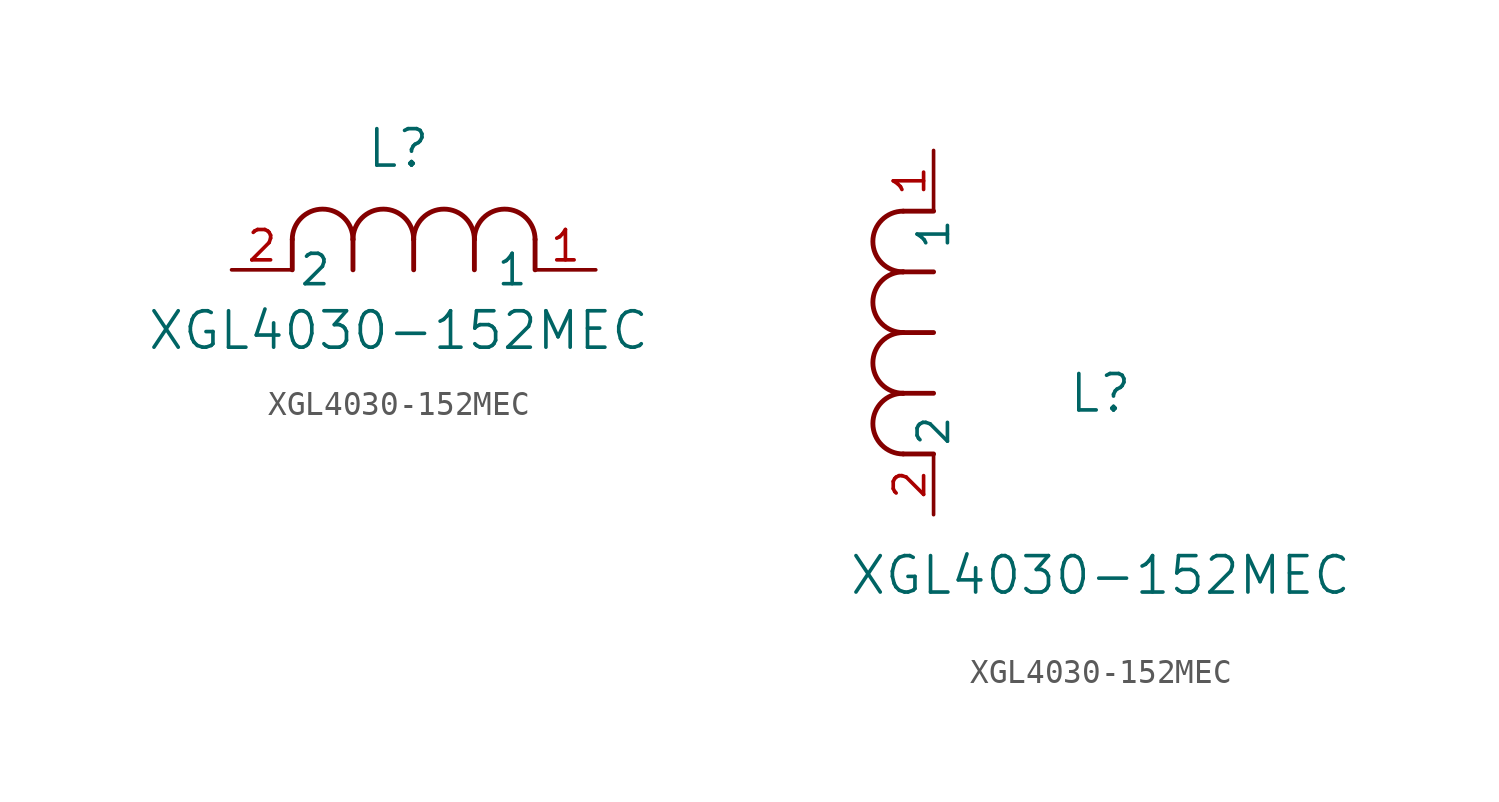
<source format=kicad_sym>
(kicad_symbol_lib
  (version 20211014)
  (generator kicad_symbol_editor)
  (symbol "XGL4030-152MEC"
    (pin_names
      (offset 0.254))
    (property "Reference" "L"
      (at 6.985 5.08 0)
      (effects (font (size 1.524 1.524))))
    (property "Value" "XGL4030-152MEC"
      (at 6.985 -2.54 0)
      (effects (font (size 1.524 1.524))))
    (symbol "XGL4030-152MEC_1_1"
      (arc (start 7.62 1.27) (mid 6.35 2.54) (end 5.08 1.27) (stroke (width 0.2032) (type default) (color 0 0 0 0)) (fill (type none)))
      (polyline (pts (xy 5.08 0) (xy 5.08 1.27)) (stroke (width 0.203) (type default) (color 0 0 0 0)) (fill (type none)))
      (polyline (pts (xy 7.62 0) (xy 7.62 1.27)) (stroke (width 0.203) (type default) (color 0 0 0 0)) (fill (type none)))
      (polyline (pts (xy 12.7 0) (xy 12.7 1.27)) (stroke (width 0.203) (type default) (color 0 0 0 0)) (fill (type none)))
      (arc (start 5.08 1.27) (mid 3.81 2.54) (end 2.54 1.27) (stroke (width 0.2032) (type default) (color 0 0 0 0)) (fill (type none)))
      (arc (start 10.16 1.27) (mid 8.89 2.54) (end 7.62 1.27) (stroke (width 0.2032) (type default) (color 0 0 0 0)) (fill (type none)))
      (arc (start 12.7 1.27) (mid 11.43 2.54) (end 10.16 1.27) (stroke (width 0.2032) (type default) (color 0 0 0 0)) (fill (type none)))
      (polyline (pts (xy 2.54 0) (xy 2.54 1.27)) (stroke (width 0.203) (type default) (color 0 0 0 0)) (fill (type none)))
      (polyline (pts (xy 10.16 0) (xy 10.16 1.27)) (stroke (width 0.203) (type default) (color 0 0 0 0)) (fill (type none)))
      (pin unspecified line (at 0 0 0) (length 2.54) (name "2" (effects (font (size 1.27 1.27)))) (number "2" (effects (font (size 1.27 1.27)))))
      (pin unspecified line (at 15.24 0 180) (length 2.54) (name "1" (effects (font (size 1.27 1.27)))) (number "1" (effects (font (size 1.27 1.27))))))
    (symbol "XGL4030-152MEC_1_2"
      (arc (start -1.27 7.62) (mid -2.54 6.35) (end -1.27 5.08) (stroke (width 0.2032) (type default) (color 0 0 0 0)) (fill (type none)))
      (arc (start -1.27 5.08) (mid -2.54 3.81) (end -1.27 2.54) (stroke (width 0.2032) (type default) (color 0 0 0 0)) (fill (type none)))
      (arc (start -1.27 12.7) (mid -2.54 11.43) (end -1.27 10.16) (stroke (width 0.2032) (type default) (color 0 0 0 0)) (fill (type none)))
      (arc (start -1.27 10.16) (mid -2.54 8.89) (end -1.27 7.62) (stroke (width 0.2032) (type default) (color 0 0 0 0)) (fill (type none)))
      (polyline (pts (xy 0 7.62) (xy -1.27 7.62)) (stroke (width 0.203) (type default) (color 0 0 0 0)) (fill (type none)))
      (polyline (pts (xy 0 5.08) (xy -1.27 5.08)) (stroke (width 0.203) (type default) (color 0 0 0 0)) (fill (type none)))
      (polyline (pts (xy 0 12.7) (xy -1.27 12.7)) (stroke (width 0.203) (type default) (color 0 0 0 0)) (fill (type none)))
      (polyline (pts (xy 0 2.54) (xy -1.27 2.54)) (stroke (width 0.203) (type default) (color 0 0 0 0)) (fill (type none)))
      (polyline (pts (xy 0 10.16) (xy -1.27 10.16)) (stroke (width 0.203) (type default) (color 0 0 0 0)) (fill (type none)))
      (pin unspecified line (at 0 0 90) (length 2.54) (name "2" (effects (font (size 1.27 1.27)))) (number "2" (effects (font (size 1.27 1.27)))))
      (pin unspecified line (at 0 15.24 270) (length 2.54) (name "1" (effects (font (size 1.27 1.27)))) (number "1" (effects (font (size 1.27 1.27))))))))
</source>
